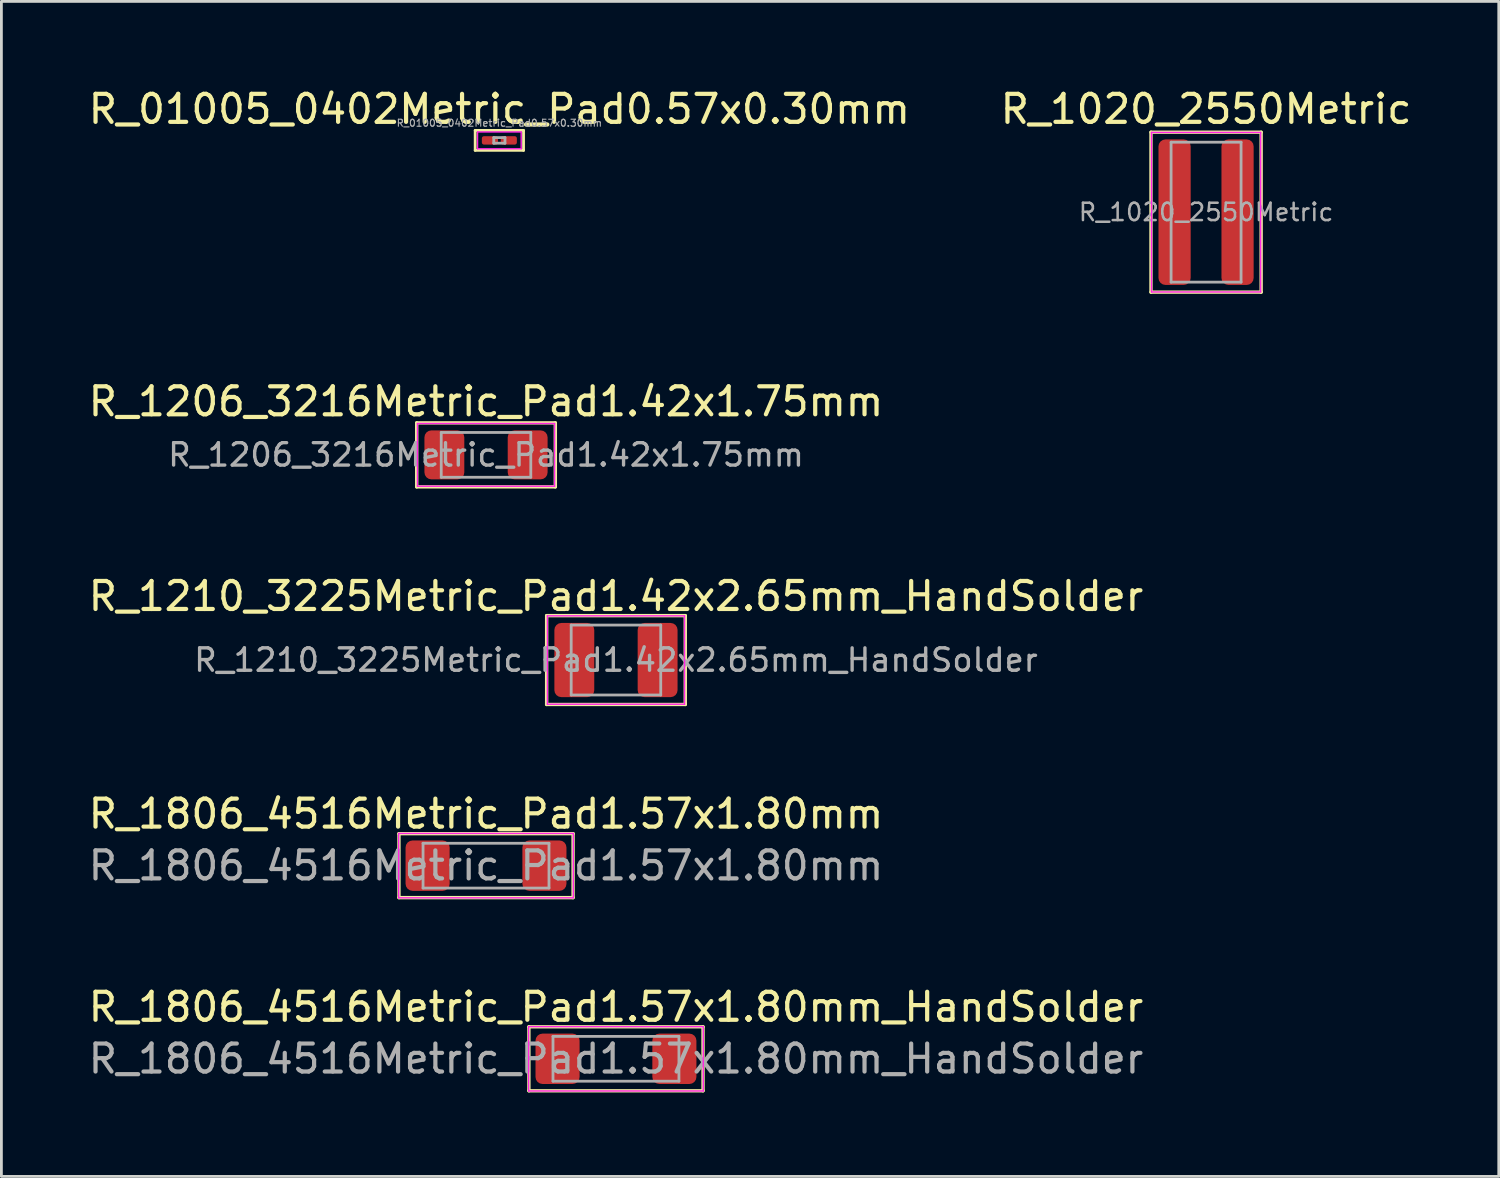
<source format=kicad_pcb>
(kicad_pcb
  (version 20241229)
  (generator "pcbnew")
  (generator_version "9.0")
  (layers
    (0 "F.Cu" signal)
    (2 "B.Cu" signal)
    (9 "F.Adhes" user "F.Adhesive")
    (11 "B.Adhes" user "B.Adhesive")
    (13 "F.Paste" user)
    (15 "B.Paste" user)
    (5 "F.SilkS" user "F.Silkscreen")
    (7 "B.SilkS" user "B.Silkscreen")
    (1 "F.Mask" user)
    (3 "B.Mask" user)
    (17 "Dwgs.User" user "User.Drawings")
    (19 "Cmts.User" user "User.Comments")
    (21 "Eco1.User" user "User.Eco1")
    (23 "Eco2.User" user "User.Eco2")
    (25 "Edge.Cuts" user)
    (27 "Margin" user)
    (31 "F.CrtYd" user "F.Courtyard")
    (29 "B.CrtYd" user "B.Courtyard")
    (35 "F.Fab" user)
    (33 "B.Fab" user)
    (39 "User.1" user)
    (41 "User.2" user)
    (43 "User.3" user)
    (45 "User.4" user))
  (footprint "R_1806_4516Metric_Pad1.57x1.80mm"
    (layer "F.Cu")
    (at 14.315 27.879)
    (property "Reference" "R_1806_4516Metric_Pad1.57x1.80mm" (at 0 -1.85 0) (layer "F.SilkS") (effects (font (size 1 1) (thickness 0.15))))
    (attr smd)
    (fp_line (start -3.111 -1.143) (end -3.111 1.143) (stroke (width 0.12) (type solid)) (layer "F.SilkS"))
    (fp_line (start -3.111 1.143) (end 3.111 1.143) (stroke (width 0.12) (type solid)) (layer "F.SilkS"))
    (fp_line (start 3.111 -1.143) (end -3.111 -1.143) (stroke (width 0.12) (type solid)) (layer "F.SilkS"))
    (fp_line (start 3.111 1.143) (end 3.111 -1.143) (stroke (width 0.12) (type solid)) (layer "F.SilkS"))
    (fp_line (start -3.12 -1.15) (end 3.12 -1.15) (stroke (width 0.05) (type solid)) (layer "F.CrtYd"))
    (fp_line (start -3.12 1.15) (end -3.12 -1.15) (stroke (width 0.05) (type solid)) (layer "F.CrtYd"))
    (fp_line (start 3.12 -1.15) (end 3.12 1.15) (stroke (width 0.05) (type solid)) (layer "F.CrtYd"))
    (fp_line (start 3.12 1.15) (end -3.12 1.15) (stroke (width 0.05) (type solid)) (layer "F.CrtYd"))
    (fp_line (start -2.25 -0.8) (end 2.25 -0.8) (stroke (width 0.1) (type solid)) (layer "F.Fab"))
    (fp_line (start -2.25 0.8) (end -2.25 -0.8) (stroke (width 0.1) (type solid)) (layer "F.Fab"))
    (fp_line (start 2.25 -0.8) (end 2.25 0.8) (stroke (width 0.1) (type solid)) (layer "F.Fab"))
    (fp_line (start 2.25 0.8) (end -2.25 0.8) (stroke (width 0.1) (type solid)) (layer "F.Fab"))
    (fp_text user "${REFERENCE}" (at 0 0 0) (layer "F.Fab") (effects (font (size 1 1) (thickness 0.15))))
    (pad "1" smd roundrect (at -2.087 0) (size 1.575 1.8) (layers "F.Cu" "F.Mask" "F.Paste") (roundrect_rratio 0.159))
    (pad "2" smd roundrect (at 2.087 0) (size 1.575 1.8) (layers "F.Cu" "F.Mask" "F.Paste") (roundrect_rratio 0.159)))
  (footprint "R_1020_2550Metric"
    (layer "F.Cu")
    (at 40.042 4.531)
    (property "Reference" "R_1020_2550Metric" (at 0 -3.683 0) (layer "F.SilkS") (effects (font (size 1 1) (thickness 0.15))))
    (attr smd)
    (fp_line (start -1.968 -2.857) (end 1.968 -2.857) (stroke (width 0.12) (type solid)) (layer "F.SilkS"))
    (fp_line (start -1.968 2.857) (end -1.968 -2.857) (stroke (width 0.12) (type solid)) (layer "F.SilkS"))
    (fp_line (start 1.968 -2.857) (end 1.968 2.857) (stroke (width 0.12) (type solid)) (layer "F.SilkS"))
    (fp_line (start 1.968 2.857) (end -1.968 2.857) (stroke (width 0.12) (type solid)) (layer "F.SilkS"))
    (fp_line (start -1.95 -2.85) (end 1.95 -2.85) (stroke (width 0.05) (type solid)) (layer "F.CrtYd"))
    (fp_line (start -1.95 2.85) (end -1.95 -2.85) (stroke (width 0.05) (type solid)) (layer "F.CrtYd"))
    (fp_line (start 1.95 -2.85) (end 1.95 2.85) (stroke (width 0.05) (type solid)) (layer "F.CrtYd"))
    (fp_line (start 1.95 2.85) (end -1.95 2.85) (stroke (width 0.05) (type solid)) (layer "F.CrtYd"))
    (fp_line (start -1.25 -2.5) (end 1.25 -2.5) (stroke (width 0.1) (type solid)) (layer "F.Fab"))
    (fp_line (start -1.25 2.5) (end -1.25 -2.5) (stroke (width 0.1) (type solid)) (layer "F.Fab"))
    (fp_line (start 1.25 -2.5) (end 1.25 2.5) (stroke (width 0.1) (type solid)) (layer "F.Fab"))
    (fp_line (start 1.25 2.5) (end -1.25 2.5) (stroke (width 0.1) (type solid)) (layer "F.Fab"))
    (fp_text user "${REFERENCE}" (at 0 0 0) (layer "F.Fab") (effects (font (size 0.62 0.62) (thickness 0.09))))
    (pad "1" smd roundrect (at -1.125 0) (size 1.15 5.2) (layers "F.Cu" "F.Mask" "F.Paste") (roundrect_rratio 0.217))
    (pad "2" smd roundrect (at 1.125 0) (size 1.15 5.2) (layers "F.Cu" "F.Mask" "F.Paste") (roundrect_rratio 0.217)))
  (footprint "R_1210_3225Metric_Pad1.42x2.65mm_HandSolder"
    (layer "F.Cu")
    (at 18.958 20.533)
    (property "Reference" "R_1210_3225Metric_Pad1.42x2.65mm_HandSolder" (at 0 -2.28 0) (layer "F.SilkS") (effects (font (size 1 1) (thickness 0.15))))
    (attr smd)
    (fp_line (start -2.477 -1.587) (end -2.477 1.587) (stroke (width 0.12) (type solid)) (layer "F.SilkS"))
    (fp_line (start -2.477 1.587) (end 2.477 1.587) (stroke (width 0.12) (type solid)) (layer "F.SilkS"))
    (fp_line (start 2.477 -1.587) (end -2.477 -1.587) (stroke (width 0.12) (type solid)) (layer "F.SilkS"))
    (fp_line (start 2.477 1.587) (end 2.477 -1.587) (stroke (width 0.12) (type solid)) (layer "F.SilkS"))
    (fp_line (start -2.45 -1.58) (end 2.45 -1.58) (stroke (width 0.05) (type solid)) (layer "F.CrtYd"))
    (fp_line (start -2.45 1.58) (end -2.45 -1.58) (stroke (width 0.05) (type solid)) (layer "F.CrtYd"))
    (fp_line (start 2.45 -1.58) (end 2.45 1.58) (stroke (width 0.05) (type solid)) (layer "F.CrtYd"))
    (fp_line (start 2.45 1.58) (end -2.45 1.58) (stroke (width 0.05) (type solid)) (layer "F.CrtYd"))
    (fp_line (start -1.6 -1.25) (end 1.6 -1.25) (stroke (width 0.1) (type solid)) (layer "F.Fab"))
    (fp_line (start -1.6 1.25) (end -1.6 -1.25) (stroke (width 0.1) (type solid)) (layer "F.Fab"))
    (fp_line (start 1.6 -1.25) (end 1.6 1.25) (stroke (width 0.1) (type solid)) (layer "F.Fab"))
    (fp_line (start 1.6 1.25) (end -1.6 1.25) (stroke (width 0.1) (type solid)) (layer "F.Fab"))
    (fp_text user "${REFERENCE}" (at 0 0 0) (layer "F.Fab") (effects (font (size 0.8 0.8) (thickness 0.12))))
    (pad "1" smd roundrect (at -1.488 0) (size 1.425 2.65) (layers "F.Cu" "F.Mask" "F.Paste") (roundrect_rratio 0.175))
    (pad "2" smd roundrect (at 1.488 0) (size 1.425 2.65) (layers "F.Cu" "F.Mask" "F.Paste") (roundrect_rratio 0.175)))
  (footprint "R_1206_3216Metric_Pad1.42x1.75mm"
    (layer "F.Cu")
    (at 14.315 13.202)
    (property "Reference" "R_1206_3216Metric_Pad1.42x1.75mm" (at 0 -1.905 0) (layer "F.SilkS") (effects (font (size 1 1) (thickness 0.15))))
    (attr smd)
    (fp_line (start -2.477 -1.143) (end -2.477 1.143) (stroke (width 0.12) (type solid)) (layer "F.SilkS"))
    (fp_line (start -2.477 1.143) (end 2.477 1.143) (stroke (width 0.12) (type solid)) (layer "F.SilkS"))
    (fp_line (start 2.477 -1.143) (end -2.477 -1.143) (stroke (width 0.12) (type solid)) (layer "F.SilkS"))
    (fp_line (start 2.477 1.143) (end 2.477 -1.143) (stroke (width 0.12) (type solid)) (layer "F.SilkS"))
    (fp_line (start -2.45 -1.12) (end 2.45 -1.12) (stroke (width 0.05) (type solid)) (layer "F.CrtYd"))
    (fp_line (start -2.45 1.12) (end -2.45 -1.12) (stroke (width 0.05) (type solid)) (layer "F.CrtYd"))
    (fp_line (start 2.45 -1.12) (end 2.45 1.12) (stroke (width 0.05) (type solid)) (layer "F.CrtYd"))
    (fp_line (start 2.45 1.12) (end -2.45 1.12) (stroke (width 0.05) (type solid)) (layer "F.CrtYd"))
    (fp_line (start -1.6 -0.8) (end 1.6 -0.8) (stroke (width 0.1) (type solid)) (layer "F.Fab"))
    (fp_line (start -1.6 0.8) (end -1.6 -0.8) (stroke (width 0.1) (type solid)) (layer "F.Fab"))
    (fp_line (start 1.6 -0.8) (end 1.6 0.8) (stroke (width 0.1) (type solid)) (layer "F.Fab"))
    (fp_line (start 1.6 0.8) (end -1.6 0.8) (stroke (width 0.1) (type solid)) (layer "F.Fab"))
    (fp_text user "${REFERENCE}" (at 0 0 0) (layer "F.Fab") (effects (font (size 0.8 0.8) (thickness 0.12))))
    (pad "1" smd roundrect (at -1.488 0) (size 1.425 1.75) (layers "F.Cu" "F.Mask" "F.Paste") (roundrect_rratio 0.175))
    (pad "2" smd roundrect (at 1.488 0) (size 1.425 1.75) (layers "F.Cu" "F.Mask" "F.Paste") (roundrect_rratio 0.175)))
  (footprint "R_01005_0402Metric_Pad0.57x0.30mm"
    (layer "F.Cu")
    (at 14.792 1.966)
    (property "Reference" "R_01005_0402Metric_Pad0.57x0.30mm" (at 0 -1.118 0) (layer "F.SilkS") (effects (font (size 1 1) (thickness 0.15))))
    (attr smd)
    (fp_line (start -0.864 -0.356) (end -0.864 0.356) (stroke (width 0.1) (type solid)) (layer "F.SilkS"))
    (fp_line (start -0.864 0.356) (end 0.864 0.356) (stroke (width 0.1) (type solid)) (layer "F.SilkS"))
    (fp_line (start 0.864 -0.356) (end -0.864 -0.356) (stroke (width 0.1) (type solid)) (layer "F.SilkS"))
    (fp_line (start 0.864 0.356) (end 0.864 -0.356) (stroke (width 0.1) (type solid)) (layer "F.SilkS"))
    (fp_line (start -0.78 -0.3) (end 0.78 -0.3) (stroke (width 0.05) (type solid)) (layer "F.CrtYd"))
    (fp_line (start -0.78 0.3) (end -0.78 -0.3) (stroke (width 0.05) (type solid)) (layer "F.CrtYd"))
    (fp_line (start 0.78 -0.3) (end 0.78 0.3) (stroke (width 0.05) (type solid)) (layer "F.CrtYd"))
    (fp_line (start 0.78 0.3) (end -0.78 0.3) (stroke (width 0.05) (type solid)) (layer "F.CrtYd"))
    (fp_line (start -0.2 -0.1) (end 0.2 -0.1) (stroke (width 0.1) (type solid)) (layer "F.Fab"))
    (fp_line (start -0.2 0.1) (end -0.2 -0.1) (stroke (width 0.1) (type solid)) (layer "F.Fab"))
    (fp_line (start 0.2 -0.1) (end 0.2 0.1) (stroke (width 0.1) (type solid)) (layer "F.Fab"))
    (fp_line (start 0.2 0.1) (end -0.2 0.1) (stroke (width 0.1) (type solid)) (layer "F.Fab"))
    (fp_text user "${REFERENCE}" (at 0 -0.62 0) (layer "F.Fab") (effects (font (size 0.25 0.25) (thickness 0.04))))
    (pad "" smd roundrect (at -0.362 0) (size 0.41 0.27) (layers "F.Paste") (roundrect_rratio 0.25))
    (pad "" smd roundrect (at 0.362 0) (size 0.41 0.27) (layers "F.Paste") (roundrect_rratio 0.25))
    (pad "1" smd roundrect (at -0.338 0) (size 0.575 0.3) (layers "F.Cu" "F.Mask") (roundrect_rratio 0.25))
    (pad "2" smd roundrect (at 0.338 0) (size 0.575 0.3) (layers "F.Cu" "F.Mask") (roundrect_rratio 0.25)))
  (footprint "R_1806_4516Metric_Pad1.57x1.80mm_HandSolder"
    (layer "F.Cu")
    (at 18.958 34.78)
    (property "Reference" "R_1806_4516Metric_Pad1.57x1.80mm_HandSolder" (at 0 -1.85 0) (layer "F.SilkS") (effects (font (size 1 1) (thickness 0.15))))
    (attr smd)
    (fp_line (start -3.111 -1.143) (end -3.111 1.143) (stroke (width 0.12) (type solid)) (layer "F.SilkS"))
    (fp_line (start -3.111 1.143) (end 3.111 1.143) (stroke (width 0.12) (type solid)) (layer "F.SilkS"))
    (fp_line (start 3.111 -1.143) (end -3.111 -1.143) (stroke (width 0.12) (type solid)) (layer "F.SilkS"))
    (fp_line (start 3.111 1.143) (end 3.111 -1.143) (stroke (width 0.12) (type solid)) (layer "F.SilkS"))
    (fp_line (start -3.12 -1.15) (end 3.12 -1.15) (stroke (width 0.05) (type solid)) (layer "F.CrtYd"))
    (fp_line (start -3.12 1.15) (end -3.12 -1.15) (stroke (width 0.05) (type solid)) (layer "F.CrtYd"))
    (fp_line (start 3.12 -1.15) (end 3.12 1.15) (stroke (width 0.05) (type solid)) (layer "F.CrtYd"))
    (fp_line (start 3.12 1.15) (end -3.12 1.15) (stroke (width 0.05) (type solid)) (layer "F.CrtYd"))
    (fp_line (start -2.25 -0.8) (end 2.25 -0.8) (stroke (width 0.1) (type solid)) (layer "F.Fab"))
    (fp_line (start -2.25 0.8) (end -2.25 -0.8) (stroke (width 0.1) (type solid)) (layer "F.Fab"))
    (fp_line (start 2.25 -0.8) (end 2.25 0.8) (stroke (width 0.1) (type solid)) (layer "F.Fab"))
    (fp_line (start 2.25 0.8) (end -2.25 0.8) (stroke (width 0.1) (type solid)) (layer "F.Fab"))
    (fp_text user "${REFERENCE}" (at 0 0 0) (layer "F.Fab") (effects (font (size 1 1) (thickness 0.15))))
    (pad "1" smd roundrect (at -2.087 0) (size 1.575 1.8) (layers "F.Cu" "F.Mask" "F.Paste") (roundrect_rratio 0.159))
    (pad "2" smd roundrect (at 2.087 0) (size 1.575 1.8) (layers "F.Cu" "F.Mask" "F.Paste") (roundrect_rratio 0.159)))
  (gr_rect
    (start -3 -3)
    (end 50.5 38.983)
    (stroke (width 0.1) (type default))
    (fill no)
    (layer "Edge.Cuts")))
</source>
